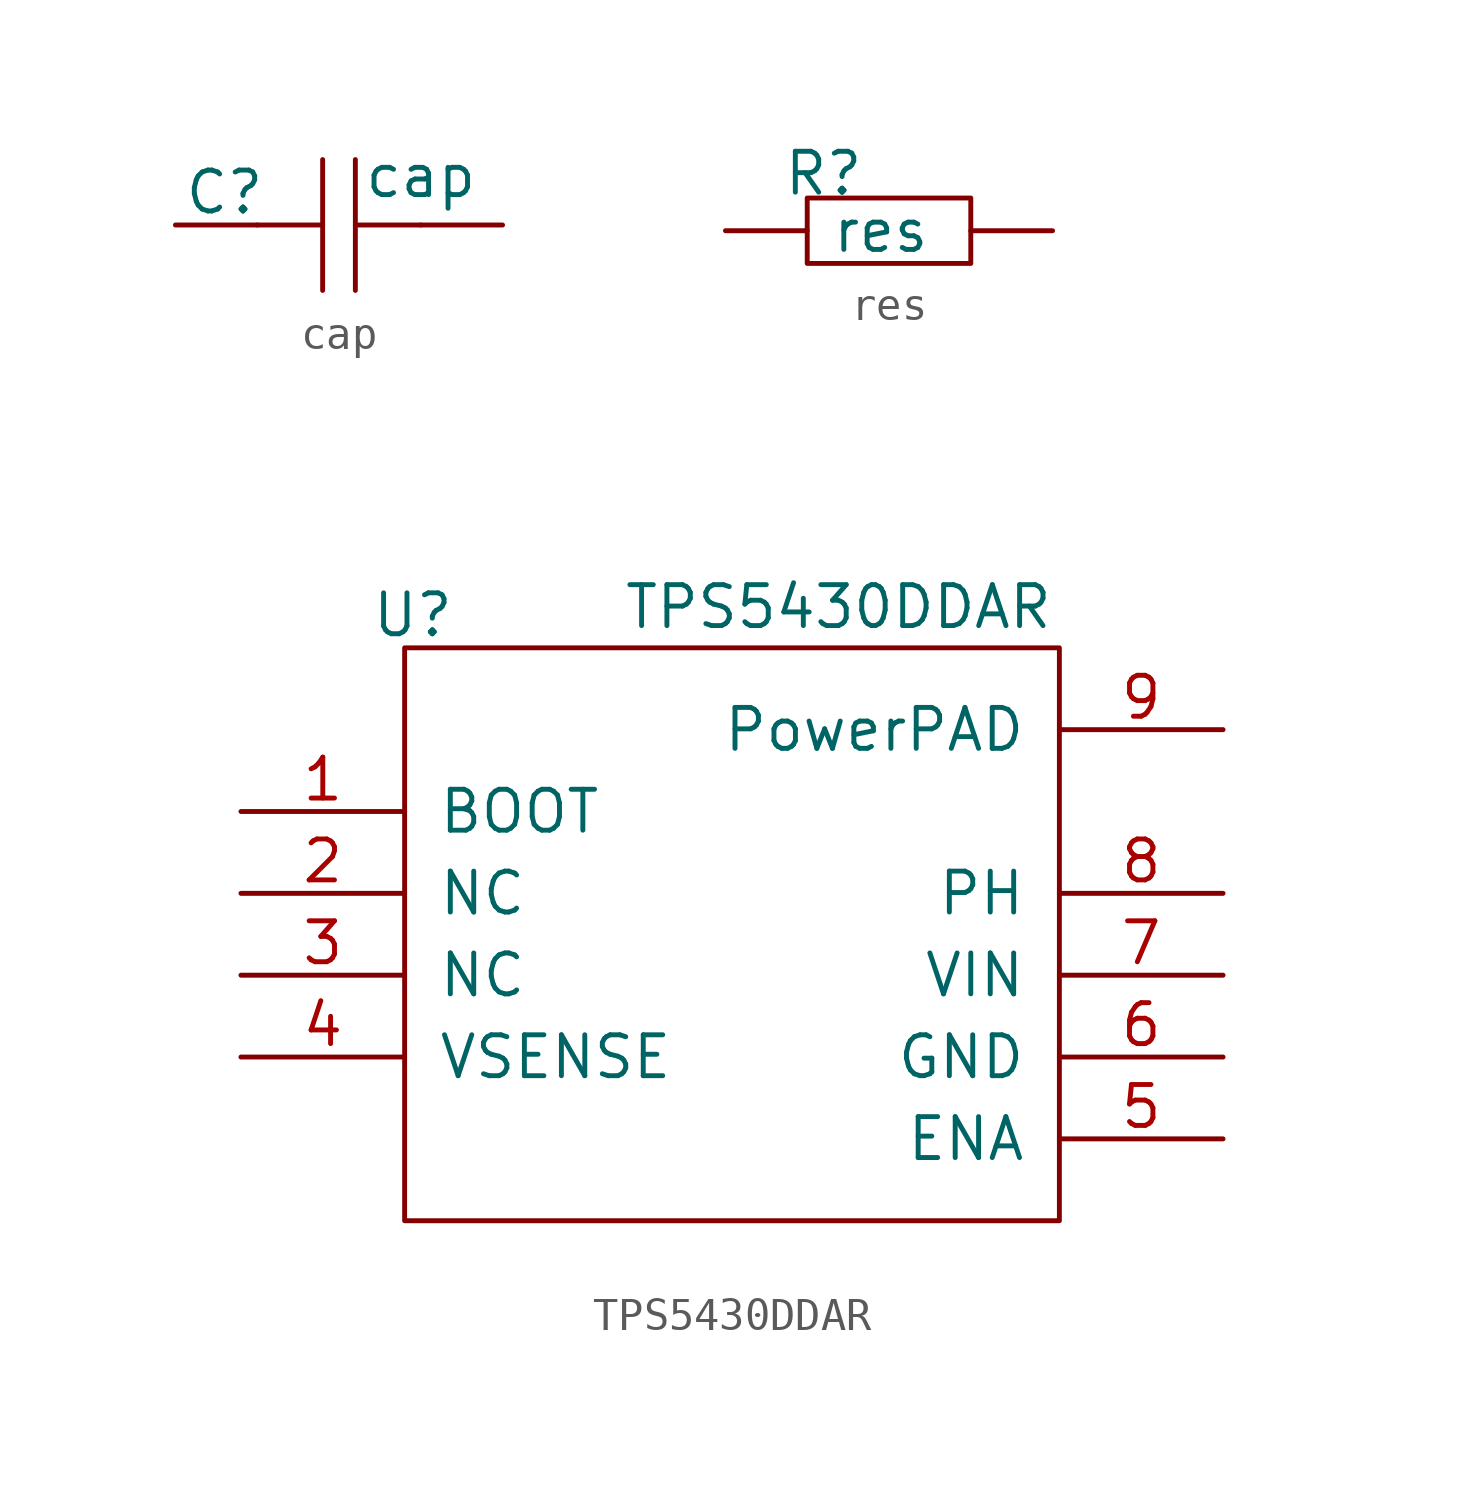
<source format=kicad_sym>
(kicad_symbol_lib
  (version 20231120)
  (generator "kicad_symbol_editor")
  (generator_version "8.0")
  (symbol "cap"
    (pin_numbers hide)
    (pin_names
      (offset 1.016) hide)
    (property "Reference" "C"
      (at -3.556 1.016 0)
      (effects (font (size 1.27 1.27))))
    (property "Value" "cap"
      (at 2.54 1.524 0)
      (effects (font (size 1.27 1.27))))
    (symbol "cap_1_1"
      (polyline (pts (xy -0.508 -2.032) (xy -0.508 2.032)) (stroke (width 0.152) (type solid)) (fill (type none)))
      (polyline (pts (xy -0.508 0) (xy -2.54 0)) (stroke (width 0.152) (type solid)) (fill (type none)))
      (polyline (pts (xy 0.508 2.032) (xy 0.508 -2.032)) (stroke (width 0.152) (type solid)) (fill (type none)))
      (polyline (pts (xy 2.54 0) (xy 0.508 0)) (stroke (width 0.152) (type solid)) (fill (type none)))
      (pin input line (at -5.08 0 0) (length 2.54) (name "1" (effects (font (size 1.27 1.27)))) (number "1" (effects (font (size 1.27 1.27)))))
      (pin input line (at 5.08 0 180) (length 2.54) (name "2" (effects (font (size 1.27 1.27)))) (number "2" (effects (font (size 1.27 1.27)))))))
  (symbol "res"
    (pin_numbers hide)
    (pin_names
      (offset 1.016) hide)
    (property "Reference" "R"
      (at -2.032 1.778 0)
      (effects (font (size 1.27 1.27))))
    (property "Value" "res"
      (at -0.254 0 0)
      (effects (font (size 1.27 1.27))))
    (symbol "res_1_1"
      (rectangle (start -2.54 1.016) (end 2.54 -1.016) (stroke (width 0.152) (type solid)) (fill (type none)))
      (pin input line (at -5.08 0 0) (length 2.54) (name "1" (effects (font (size 1.27 1.27)))) (number "1" (effects (font (size 1.27 1.27)))))
      (pin input line (at 5.08 0 180) (length 2.54) (name "2" (effects (font (size 1.27 1.27)))) (number "2" (effects (font (size 1.27 1.27)))))))
  (symbol "TPS5430DDAR"
    (pin_names
      (offset 1.016))
    (property "Reference" "U"
      (at -9.906 9.906 0)
      (effects (font (size 1.27 1.27))))
    (property "Value" "TPS5430DDAR"
      (at 3.302 10.16 0)
      (effects (font (size 1.27 1.27))))
    (symbol "TPS5430DDAR_1_1"
      (rectangle (start -10.16 8.89) (end 10.16 -8.89) (stroke (width 0.152) (type solid)) (fill (type none)))
      (pin input line (at -15.24 3.81 0) (length 5.08) (name "BOOT" (effects (font (size 1.27 1.27)))) (number "1" (effects (font (size 1.27 1.27)))))
      (pin input line (at -15.24 1.27 0) (length 5.08) (name "NC" (effects (font (size 1.27 1.27)))) (number "2" (effects (font (size 1.27 1.27)))))
      (pin input line (at -15.24 -1.27 0) (length 5.08) (name "NC" (effects (font (size 1.27 1.27)))) (number "3" (effects (font (size 1.27 1.27)))))
      (pin input line (at -15.24 -3.81 0) (length 5.08) (name "VSENSE" (effects (font (size 1.27 1.27)))) (number "4" (effects (font (size 1.27 1.27)))))
      (pin input line (at 15.24 -6.35 180) (length 5.08) (name "ENA" (effects (font (size 1.27 1.27)))) (number "5" (effects (font (size 1.27 1.27)))))
      (pin input line (at 15.24 -3.81 180) (length 5.08) (name "GND" (effects (font (size 1.27 1.27)))) (number "6" (effects (font (size 1.27 1.27)))))
      (pin input line (at 15.24 -1.27 180) (length 5.08) (name "VIN" (effects (font (size 1.27 1.27)))) (number "7" (effects (font (size 1.27 1.27)))))
      (pin input line (at 15.24 1.27 180) (length 5.08) (name "PH" (effects (font (size 1.27 1.27)))) (number "8" (effects (font (size 1.27 1.27)))))
      (pin input line (at 15.24 6.35 180) (length 5.08) (name "PowerPAD" (effects (font (size 1.27 1.27)))) (number "9" (effects (font (size 1.27 1.27))))))))
</source>
